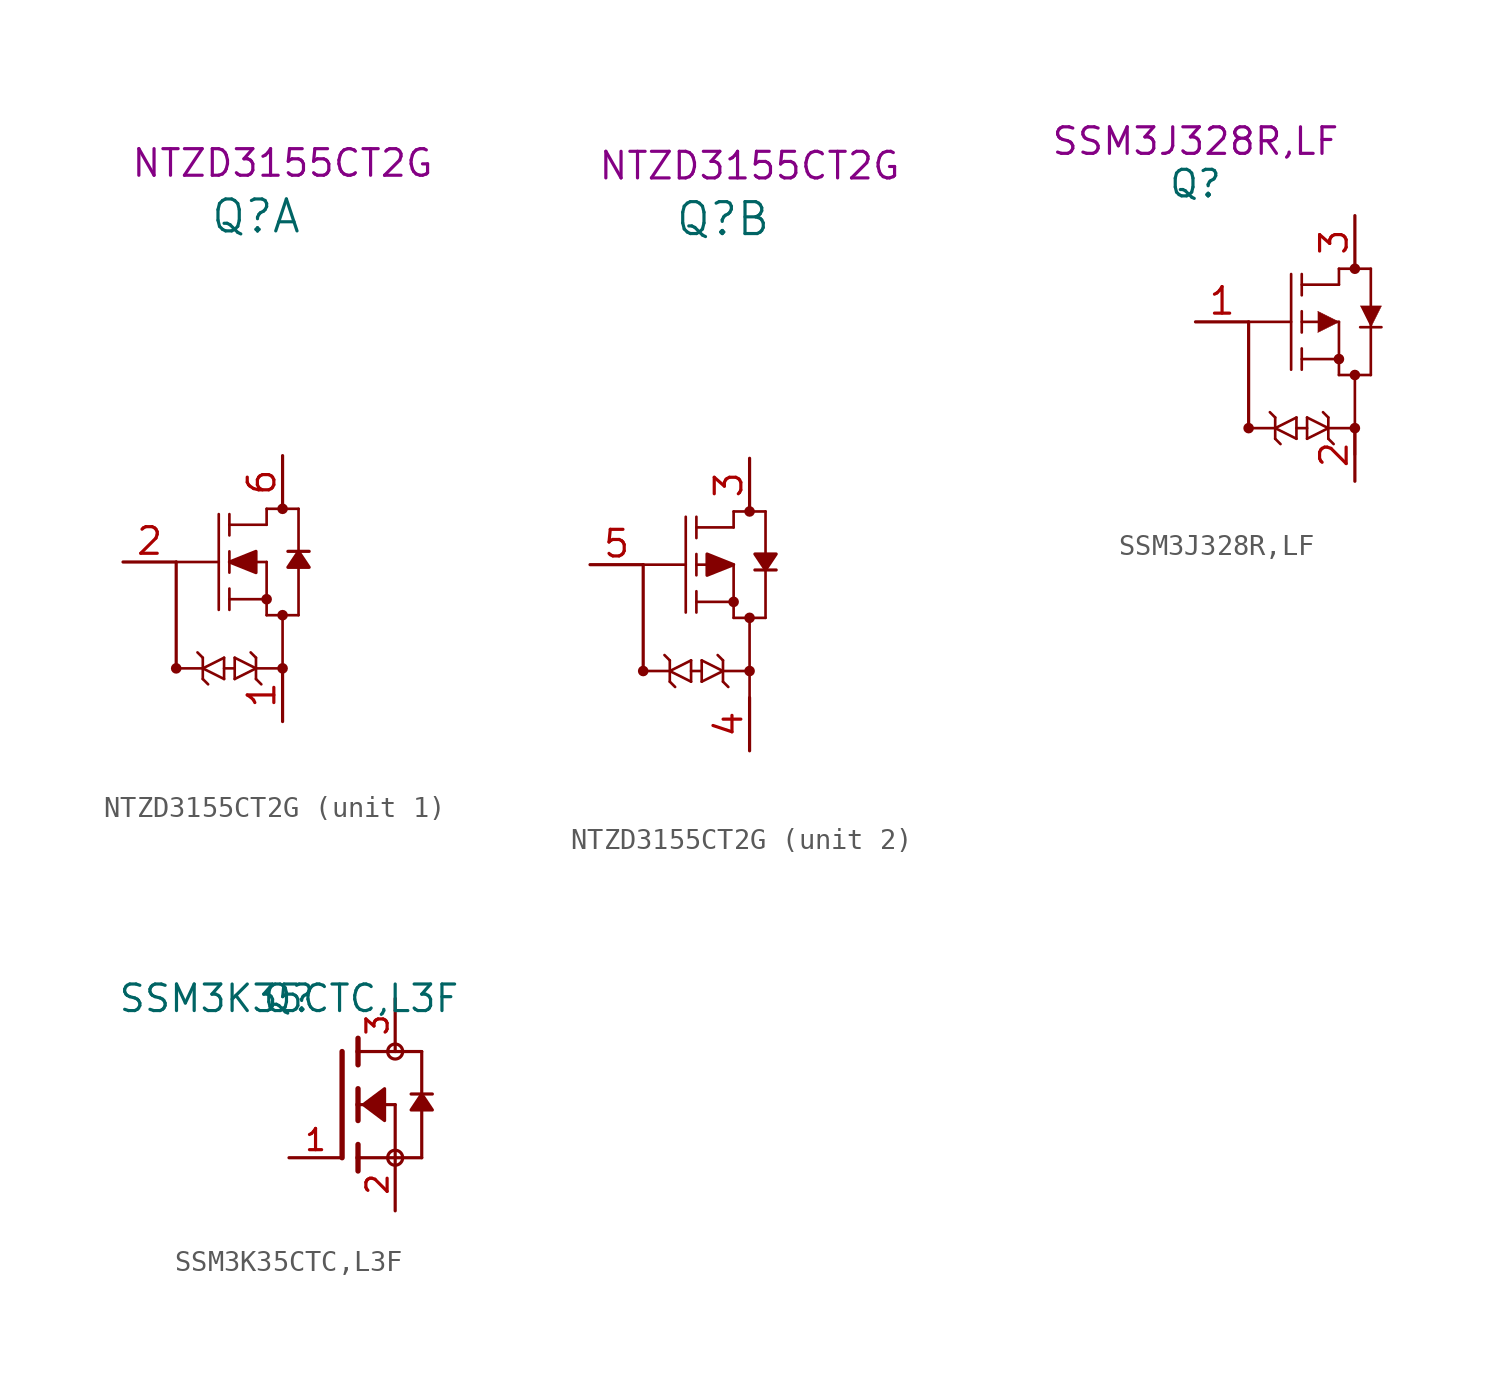
<source format=kicad_sym>
(kicad_symbol_lib
  (version 20241209)
  (generator "kicad_symbol_editor")
  (generator_version "9.0")
  (symbol "NTZD3155CT2G"
    (pin_names
      (offset 0.254))
    (property "Reference" "Q"
      (at 0 16.51 0)
      (effects (font (size 1.524 1.524))))
    (property "PartNumber" "NTZD3155CT2G"
      (at 1.27 19.05 0)
      (effects (font (size 1.27 1.27))))
    (property "ki_locked" ""
      (at 0 0 0)
      (effects (font (size 1.27 1.27))))
    (symbol "NTZD3155CT2G_0_1"
      (polyline (pts (xy -3.81 0) (xy -1.778 0)) (stroke (width 0.127) (type default)) (fill (type none)))
      (circle (center -3.81 -5.08) (radius 0.127) (stroke (width 0.254) (type default)) (fill (type none)))
      (polyline (pts (xy -3.81 -5.08) (xy -3.81 0)) (stroke (width 0) (type default)) (fill (type none)))
      (polyline (pts (xy -2.54 -4.572) (xy -2.794 -4.318)) (stroke (width 0.127) (type default)) (fill (type none)))
      (polyline (pts (xy -2.54 -5.08) (xy -3.81 -5.08)) (stroke (width 0.127) (type default)) (fill (type none)))
      (polyline (pts (xy -2.54 -5.08) (xy -1.524 -4.572)) (stroke (width 0.127) (type default)) (fill (type none)))
      (polyline (pts (xy -2.54 -5.588) (xy -2.54 -4.572)) (stroke (width 0.127) (type default)) (fill (type none)))
      (polyline (pts (xy -2.54 -5.588) (xy -2.286 -5.842)) (stroke (width 0.127) (type default)) (fill (type none)))
      (polyline (pts (xy -1.778 -2.286) (xy -1.778 2.286)) (stroke (width 0.127) (type default)) (fill (type none)))
      (polyline (pts (xy -1.524 -4.572) (xy -1.524 -5.588)) (stroke (width 0.127) (type default)) (fill (type none)))
      (polyline (pts (xy -1.524 -5.08) (xy -1.016 -5.08)) (stroke (width 0.127) (type default)) (fill (type none)))
      (polyline (pts (xy -1.524 -5.588) (xy -2.54 -5.08)) (stroke (width 0.127) (type default)) (fill (type none)))
      (polyline (pts (xy -1.27 1.778) (xy 0.508 1.778)) (stroke (width 0.127) (type default)) (fill (type none)))
      (polyline (pts (xy -1.27 1.27) (xy -1.27 2.286)) (stroke (width 0.127) (type default)) (fill (type none)))
      (polyline (pts (xy -1.27 0) (xy 0.508 0)) (stroke (width 0.127) (type default)) (fill (type none)))
      (polyline (pts (xy -1.27 -0.508) (xy -1.27 0.508)) (stroke (width 0.127) (type default)) (fill (type none)))
      (polyline (pts (xy -1.27 -1.778) (xy 0.508 -1.778)) (stroke (width 0.127) (type default)) (fill (type none)))
      (polyline (pts (xy -1.27 -2.286) (xy -1.27 -1.27)) (stroke (width 0.127) (type default)) (fill (type none)))
      (polyline (pts (xy -1.016 -4.572) (xy 0 -5.08)) (stroke (width 0.127) (type default)) (fill (type none)))
      (polyline (pts (xy -1.016 -5.588) (xy -1.016 -4.572)) (stroke (width 0.127) (type default)) (fill (type none)))
      (polyline (pts (xy 0 -4.572) (xy -0.254 -4.318)) (stroke (width 0.127) (type default)) (fill (type none)))
      (polyline (pts (xy 0 -4.572) (xy 0 -5.588)) (stroke (width 0.127) (type default)) (fill (type none)))
      (polyline (pts (xy 0 -5.08) (xy -1.016 -5.588)) (stroke (width 0.127) (type default)) (fill (type none)))
      (polyline (pts (xy 0 -5.08) (xy 1.27 -5.08)) (stroke (width 0.127) (type default)) (fill (type none)))
      (polyline (pts (xy 0 -5.588) (xy 0.254 -5.842)) (stroke (width 0.127) (type default)) (fill (type none)))
      (polyline (pts (xy 0.508 2.54) (xy 2.032 2.54)) (stroke (width 0.127) (type default)) (fill (type none)))
      (polyline (pts (xy 0.508 1.778) (xy 0.508 2.54)) (stroke (width 0.127) (type default)) (fill (type none)))
      (circle (center 0.508 -1.778) (radius 0.127) (stroke (width 0.254) (type default)) (fill (type none)))
      (polyline (pts (xy 0.508 -2.54) (xy 0.508 0)) (stroke (width 0.127) (type default)) (fill (type none)))
      (polyline (pts (xy 0.508 -2.54) (xy 2.032 -2.54)) (stroke (width 0.127) (type default)) (fill (type none)))
      (circle (center 1.27 2.54) (radius 0.127) (stroke (width 0.254) (type default)) (fill (type none)))
      (circle (center 1.27 -2.54) (radius 0.127) (stroke (width 0.254) (type default)) (fill (type none)))
      (circle (center 1.27 -5.08) (radius 0.127) (stroke (width 0.254) (type default)) (fill (type none)))
      (polyline (pts (xy 1.27 -6.35) (xy 1.27 -2.54)) (stroke (width 0.127) (type default)) (fill (type none)))
      (polyline (pts (xy 2.032 -2.54) (xy 2.032 2.54)) (stroke (width 0.127) (type default)) (fill (type none))))
    (symbol "NTZD3155CT2G_1_1"
      (polyline (pts (xy -1.27 0) (xy 0 0.508) (xy 0 -0.508) (xy -1.27 0)) (stroke (width 0) (type default)) (fill (type outline)))
      (polyline (pts (xy 1.524 0.508) (xy 2.54 0.508)) (stroke (width 0) (type default)) (fill (type none)))
      (polyline (pts (xy 1.524 -0.254) (xy 2.54 -0.254) (xy 2.032 0.508) (xy 1.524 -0.254)) (stroke (width 0) (type default)) (fill (type outline)))
      (polyline (pts (xy 1.778 0) (xy 1.778 0)) (stroke (width 0) (type default)) (fill (type none)))
      (pin passive line (at -6.35 0 0) (length 2.54) (name "" (effects (font (size 1.27 1.27)))) (number "2" (effects (font (size 1.27 1.27)))))
      (pin passive line (at 1.27 5.08 270) (length 2.54) (name "" (effects (font (size 1.27 1.27)))) (number "6" (effects (font (size 1.27 1.27)))))
      (pin passive line (at 1.27 -7.62 90) (length 2.54) (name "" (effects (font (size 1.27 1.27)))) (number "1" (effects (font (size 1.27 1.27))))))
    (symbol "NTZD3155CT2G_2_1"
      (polyline (pts (xy 0.508 0) (xy -0.762 0.508) (xy -0.762 -0.508) (xy 0.508 0)) (stroke (width 0) (type default)) (fill (type outline)))
      (polyline (pts (xy 1.524 -0.254) (xy 2.54 -0.254)) (stroke (width 0) (type default)) (fill (type none)))
      (polyline (pts (xy 2.032 -0.254) (xy 1.524 0.508) (xy 2.54 0.508) (xy 2.032 -0.254)) (stroke (width 0) (type default)) (fill (type outline)))
      (pin passive line (at -6.35 0 0) (length 2.54) (name "" (effects (font (size 1.27 1.27)))) (number "5" (effects (font (size 1.27 1.27)))))
      (pin passive line (at 1.27 5.08 270) (length 2.54) (name "" (effects (font (size 1.27 1.27)))) (number "3" (effects (font (size 1.27 1.27)))))
      (pin passive line (at 1.27 -8.89 90) (length 2.54) (name "" (effects (font (size 1.27 1.27)))) (number "4" (effects (font (size 1.27 1.27)))))))
  (symbol "SSM3J328R,LF"
    (property "Reference" "Q"
      (at 0 6.604 0)
      (effects (font (size 1.27 1.27))))
    (property "PartNumber" "SSM3J328R,LF"
      (at 0 8.636 0)
      (effects (font (size 1.27 1.27))))
    (symbol "SSM3J328R,LF_0_1"
      (polyline (pts (xy 2.54 0) (xy 4.572 0)) (stroke (width 0.127) (type default)) (fill (type none)))
      (polyline (pts (xy 2.54 -5.08) (xy 2.54 0)) (stroke (width 0) (type default)) (fill (type none)))
      (circle (center 2.54 -5.08) (radius 0.127) (stroke (width 0.254) (type default)) (fill (type none)))
      (polyline (pts (xy 3.81 -4.572) (xy 3.556 -4.318)) (stroke (width 0.127) (type default)) (fill (type none)))
      (polyline (pts (xy 3.81 -5.08) (xy 2.54 -5.08)) (stroke (width 0.127) (type default)) (fill (type none)))
      (polyline (pts (xy 3.81 -5.08) (xy 4.826 -4.572)) (stroke (width 0.127) (type default)) (fill (type none)))
      (polyline (pts (xy 3.81 -5.588) (xy 3.81 -4.572)) (stroke (width 0.127) (type default)) (fill (type none)))
      (polyline (pts (xy 3.81 -5.588) (xy 4.064 -5.842)) (stroke (width 0.127) (type default)) (fill (type none)))
      (polyline (pts (xy 4.572 -2.286) (xy 4.572 2.286)) (stroke (width 0.127) (type default)) (fill (type none)))
      (polyline (pts (xy 4.826 -4.572) (xy 4.826 -5.588)) (stroke (width 0.127) (type default)) (fill (type none)))
      (polyline (pts (xy 4.826 -5.08) (xy 5.334 -5.08)) (stroke (width 0.127) (type default)) (fill (type none)))
      (polyline (pts (xy 4.826 -5.588) (xy 3.81 -5.08)) (stroke (width 0.127) (type default)) (fill (type none)))
      (polyline (pts (xy 5.08 1.778) (xy 6.858 1.778)) (stroke (width 0.127) (type default)) (fill (type none)))
      (polyline (pts (xy 5.08 1.27) (xy 5.08 2.286)) (stroke (width 0.127) (type default)) (fill (type none)))
      (polyline (pts (xy 5.08 0) (xy 6.858 0)) (stroke (width 0.127) (type default)) (fill (type none)))
      (polyline (pts (xy 5.08 -0.508) (xy 5.08 0.508)) (stroke (width 0.127) (type default)) (fill (type none)))
      (polyline (pts (xy 5.08 -1.778) (xy 6.858 -1.778)) (stroke (width 0.127) (type default)) (fill (type none)))
      (polyline (pts (xy 5.08 -2.286) (xy 5.08 -1.27)) (stroke (width 0.127) (type default)) (fill (type none)))
      (polyline (pts (xy 5.334 -4.572) (xy 6.35 -5.08)) (stroke (width 0.127) (type default)) (fill (type none)))
      (polyline (pts (xy 5.334 -5.588) (xy 5.334 -4.572)) (stroke (width 0.127) (type default)) (fill (type none)))
      (polyline (pts (xy 5.842 0.508) (xy 6.858 0) (xy 5.842 -0.508)) (stroke (width 0.025) (type default)) (fill (type outline)))
      (polyline (pts (xy 6.35 -4.572) (xy 6.096 -4.318)) (stroke (width 0.127) (type default)) (fill (type none)))
      (polyline (pts (xy 6.35 -4.572) (xy 6.35 -5.588)) (stroke (width 0.127) (type default)) (fill (type none)))
      (polyline (pts (xy 6.35 -5.08) (xy 5.334 -5.588)) (stroke (width 0.127) (type default)) (fill (type none)))
      (polyline (pts (xy 6.35 -5.08) (xy 7.62 -5.08)) (stroke (width 0.127) (type default)) (fill (type none)))
      (polyline (pts (xy 6.35 -5.588) (xy 6.604 -5.842)) (stroke (width 0.127) (type default)) (fill (type none)))
      (polyline (pts (xy 6.858 2.54) (xy 8.382 2.54)) (stroke (width 0.127) (type default)) (fill (type none)))
      (polyline (pts (xy 6.858 1.778) (xy 6.858 2.54)) (stroke (width 0.127) (type default)) (fill (type none)))
      (circle (center 6.858 -1.778) (radius 0.127) (stroke (width 0.254) (type default)) (fill (type none)))
      (polyline (pts (xy 6.858 -2.54) (xy 6.858 0)) (stroke (width 0.127) (type default)) (fill (type none)))
      (polyline (pts (xy 6.858 -2.54) (xy 8.382 -2.54)) (stroke (width 0.127) (type default)) (fill (type none)))
      (circle (center 7.62 2.54) (radius 0.127) (stroke (width 0.254) (type default)) (fill (type none)))
      (circle (center 7.62 -2.54) (radius 0.127) (stroke (width 0.254) (type default)) (fill (type none)))
      (circle (center 7.62 -5.08) (radius 0.127) (stroke (width 0.254) (type default)) (fill (type none)))
      (polyline (pts (xy 7.62 -6.35) (xy 7.62 -2.54)) (stroke (width 0.127) (type default)) (fill (type none)))
      (polyline (pts (xy 7.874 0.762) (xy 8.89 0.762) (xy 8.382 -0.254)) (stroke (width 0.025) (type default)) (fill (type outline)))
      (polyline (pts (xy 7.874 -0.254) (xy 8.89 -0.254)) (stroke (width 0.127) (type default)) (fill (type none)))
      (polyline (pts (xy 8.382 -2.54) (xy 8.382 2.54)) (stroke (width 0.127) (type default)) (fill (type none))))
    (symbol "SSM3J328R,LF_1_1"
      (pin passive line (at 0 0 0) (length 2.54) (name "" (effects (font (size 1.27 1.27)))) (number "1" (effects (font (size 1.27 1.27)))))
      (pin passive line (at 7.62 5.08 270) (length 2.54) (name "" (effects (font (size 1.27 1.27)))) (number "3" (effects (font (size 1.27 1.27)))))
      (pin passive line (at 7.62 -7.62 90) (length 2.54) (name "" (effects (font (size 1.27 1.27)))) (number "2" (effects (font (size 1.27 1.27)))))))
  (symbol "SSM3K35CTC,L3F"
    (pin_names
      (hide yes))
    (property "Reference" "Q"
      (at 0 0 0)
      (effects (font (size 1.27 1.27))))
    (property "Value" "SSM3K35CTC,L3F"
      (at 0 0 0)
      (effects (font (size 1.27 1.27))))
    (symbol "SSM3K35CTC,L3F_0_0"
      (polyline (pts (xy 2.54 -2.54) (xy 2.54 -7.62)) (stroke (width 0.254) (type default)) (fill (type none)))
      (polyline (pts (xy 3.302 -1.905) (xy 3.302 -2.54)) (stroke (width 0.254) (type default)) (fill (type none)))
      (polyline (pts (xy 3.302 -2.54) (xy 3.302 -3.175)) (stroke (width 0.254) (type default)) (fill (type none)))
      (polyline (pts (xy 3.302 -2.54) (xy 6.35 -2.54)) (stroke (width 0.152) (type default)) (fill (type none)))
      (polyline (pts (xy 3.302 -4.318) (xy 3.302 -5.08)) (stroke (width 0.254) (type default)) (fill (type none)))
      (polyline (pts (xy 3.302 -5.08) (xy 3.302 -5.842)) (stroke (width 0.254) (type default)) (fill (type none)))
      (polyline (pts (xy 3.302 -5.08) (xy 5.08 -5.08)) (stroke (width 0.152) (type default)) (fill (type none)))
      (polyline (pts (xy 3.302 -6.985) (xy 3.302 -7.62)) (stroke (width 0.254) (type default)) (fill (type none)))
      (polyline (pts (xy 3.302 -7.62) (xy 3.302 -8.255)) (stroke (width 0.254) (type default)) (fill (type none)))
      (polyline (pts (xy 3.556 -5.08) (xy 4.572 -4.318) (xy 4.572 -5.842) (xy 3.556 -5.08)) (stroke (width 0.152) (type default)) (fill (type outline)))
      (circle (center 5.08 -2.54) (radius 0.359) (stroke (width 0) (type default)) (fill (type none)))
      (polyline (pts (xy 5.08 -5.08) (xy 5.08 -7.62)) (stroke (width 0.152) (type default)) (fill (type none)))
      (polyline (pts (xy 5.08 -7.62) (xy 3.302 -7.62)) (stroke (width 0.152) (type default)) (fill (type none)))
      (polyline (pts (xy 5.08 -7.62) (xy 6.35 -7.62)) (stroke (width 0.152) (type default)) (fill (type none)))
      (circle (center 5.08 -7.62) (radius 0.359) (stroke (width 0) (type default)) (fill (type none)))
      (polyline (pts (xy 6.35 -2.54) (xy 6.35 -4.572)) (stroke (width 0.152) (type default)) (fill (type none)))
      (polyline (pts (xy 6.35 -4.572) (xy 5.842 -4.572)) (stroke (width 0.152) (type default)) (fill (type none)))
      (polyline (pts (xy 6.35 -4.572) (xy 6.35 -7.62)) (stroke (width 0.152) (type default)) (fill (type none)))
      (polyline (pts (xy 6.35 -4.572) (xy 5.842 -5.334) (xy 6.858 -5.334) (xy 6.35 -4.572)) (stroke (width 0.152) (type default)) (fill (type outline)))
      (polyline (pts (xy 6.858 -4.572) (xy 6.35 -4.572)) (stroke (width 0.152) (type default)) (fill (type none))))
    (symbol "SSM3K35CTC,L3F_1_0"
      (pin passive line (at 0 -7.62 0) (length 2.54) (name "" (effects (font (size 1.016 1.016)))) (number "1" (effects (font (size 1.016 1.016)))))
      (pin passive line (at 5.08 0 270) (length 2.54) (name "" (effects (font (size 1.016 1.016)))) (number "3" (effects (font (size 1.016 1.016)))))
      (pin passive line (at 5.08 -10.16 90) (length 2.54) (name "" (effects (font (size 1.016 1.016)))) (number "2" (effects (font (size 1.016 1.016))))))))
</source>
